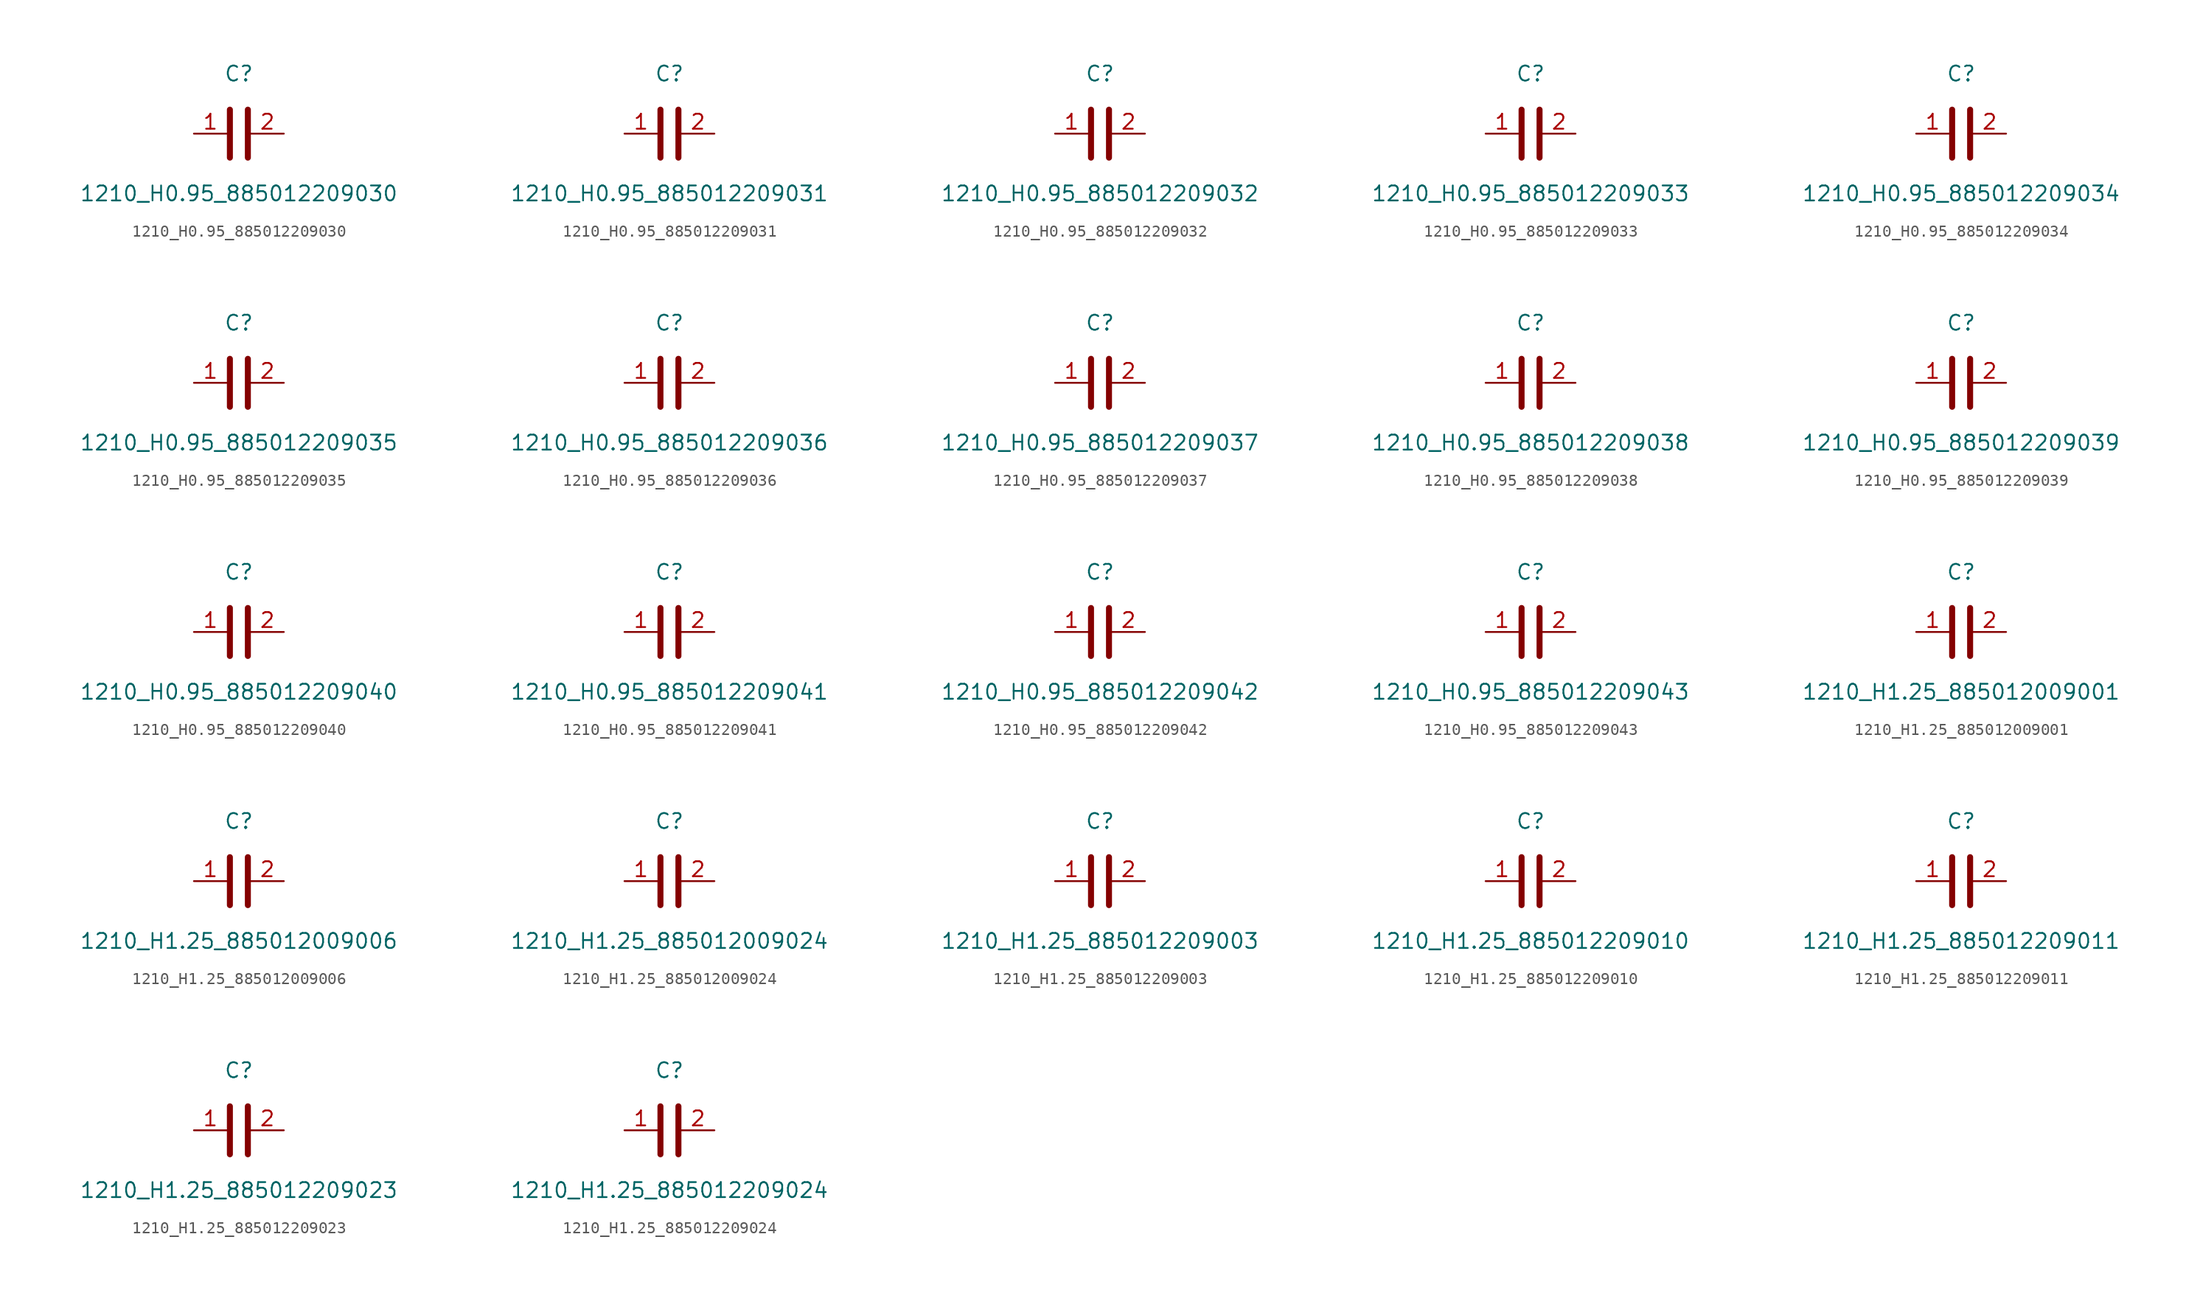
<source format=kicad_sym>
(kicad_symbol_lib
  (version 20220914)
  (generator kicad_symbol_editor)
  (symbol "1210_H0.95_885012209030"
    (pin_names hide)
    (property "Reference" "C"
      (at 0 5.08 0)
      (effects (font (size 1.27 1.27))))
    (property "Value" "1210_H0.95_885012209030"
      (at 0 -5.08 0)
      (effects (font (size 1.27 1.27))))
    (symbol "1210_H0.95_885012209030_0_1"
      (polyline (pts (xy -0.762 -2.032) (xy -0.762 2.032)) (stroke (width 0.508) (type default)) (fill (type none)))
      (polyline (pts (xy 0.762 -2.032) (xy 0.762 2.032)) (stroke (width 0.508) (type default)) (fill (type none))))
    (symbol "1210_H0.95_885012209030_1_1"
      (pin passive line (at -3.81 0 0) (length 2.794) (name "1" (effects (font (size 1.27 1.27)))) (number "1" (effects (font (size 1.27 1.27)))))
      (pin passive line (at 3.81 0 180) (length 2.794) (name "2" (effects (font (size 1.27 1.27)))) (number "2" (effects (font (size 1.27 1.27)))))))
  (symbol "1210_H0.95_885012209031"
    (pin_names hide)
    (property "Reference" "C"
      (at 0 5.08 0)
      (effects (font (size 1.27 1.27))))
    (property "Value" "1210_H0.95_885012209031"
      (at 0 -5.08 0)
      (effects (font (size 1.27 1.27))))
    (symbol "1210_H0.95_885012209031_0_1"
      (polyline (pts (xy -0.762 -2.032) (xy -0.762 2.032)) (stroke (width 0.508) (type default)) (fill (type none)))
      (polyline (pts (xy 0.762 -2.032) (xy 0.762 2.032)) (stroke (width 0.508) (type default)) (fill (type none))))
    (symbol "1210_H0.95_885012209031_1_1"
      (pin passive line (at -3.81 0 0) (length 2.794) (name "1" (effects (font (size 1.27 1.27)))) (number "1" (effects (font (size 1.27 1.27)))))
      (pin passive line (at 3.81 0 180) (length 2.794) (name "2" (effects (font (size 1.27 1.27)))) (number "2" (effects (font (size 1.27 1.27)))))))
  (symbol "1210_H0.95_885012209032"
    (pin_names hide)
    (property "Reference" "C"
      (at 0 5.08 0)
      (effects (font (size 1.27 1.27))))
    (property "Value" "1210_H0.95_885012209032"
      (at 0 -5.08 0)
      (effects (font (size 1.27 1.27))))
    (symbol "1210_H0.95_885012209032_0_1"
      (polyline (pts (xy -0.762 -2.032) (xy -0.762 2.032)) (stroke (width 0.508) (type default)) (fill (type none)))
      (polyline (pts (xy 0.762 -2.032) (xy 0.762 2.032)) (stroke (width 0.508) (type default)) (fill (type none))))
    (symbol "1210_H0.95_885012209032_1_1"
      (pin passive line (at -3.81 0 0) (length 2.794) (name "1" (effects (font (size 1.27 1.27)))) (number "1" (effects (font (size 1.27 1.27)))))
      (pin passive line (at 3.81 0 180) (length 2.794) (name "2" (effects (font (size 1.27 1.27)))) (number "2" (effects (font (size 1.27 1.27)))))))
  (symbol "1210_H0.95_885012209033"
    (pin_names hide)
    (property "Reference" "C"
      (at 0 5.08 0)
      (effects (font (size 1.27 1.27))))
    (property "Value" "1210_H0.95_885012209033"
      (at 0 -5.08 0)
      (effects (font (size 1.27 1.27))))
    (symbol "1210_H0.95_885012209033_0_1"
      (polyline (pts (xy -0.762 -2.032) (xy -0.762 2.032)) (stroke (width 0.508) (type default)) (fill (type none)))
      (polyline (pts (xy 0.762 -2.032) (xy 0.762 2.032)) (stroke (width 0.508) (type default)) (fill (type none))))
    (symbol "1210_H0.95_885012209033_1_1"
      (pin passive line (at -3.81 0 0) (length 2.794) (name "1" (effects (font (size 1.27 1.27)))) (number "1" (effects (font (size 1.27 1.27)))))
      (pin passive line (at 3.81 0 180) (length 2.794) (name "2" (effects (font (size 1.27 1.27)))) (number "2" (effects (font (size 1.27 1.27)))))))
  (symbol "1210_H0.95_885012209034"
    (pin_names hide)
    (property "Reference" "C"
      (at 0 5.08 0)
      (effects (font (size 1.27 1.27))))
    (property "Value" "1210_H0.95_885012209034"
      (at 0 -5.08 0)
      (effects (font (size 1.27 1.27))))
    (symbol "1210_H0.95_885012209034_0_1"
      (polyline (pts (xy -0.762 -2.032) (xy -0.762 2.032)) (stroke (width 0.508) (type default)) (fill (type none)))
      (polyline (pts (xy 0.762 -2.032) (xy 0.762 2.032)) (stroke (width 0.508) (type default)) (fill (type none))))
    (symbol "1210_H0.95_885012209034_1_1"
      (pin passive line (at -3.81 0 0) (length 2.794) (name "1" (effects (font (size 1.27 1.27)))) (number "1" (effects (font (size 1.27 1.27)))))
      (pin passive line (at 3.81 0 180) (length 2.794) (name "2" (effects (font (size 1.27 1.27)))) (number "2" (effects (font (size 1.27 1.27)))))))
  (symbol "1210_H0.95_885012209035"
    (pin_names hide)
    (property "Reference" "C"
      (at 0 5.08 0)
      (effects (font (size 1.27 1.27))))
    (property "Value" "1210_H0.95_885012209035"
      (at 0 -5.08 0)
      (effects (font (size 1.27 1.27))))
    (symbol "1210_H0.95_885012209035_0_1"
      (polyline (pts (xy -0.762 -2.032) (xy -0.762 2.032)) (stroke (width 0.508) (type default)) (fill (type none)))
      (polyline (pts (xy 0.762 -2.032) (xy 0.762 2.032)) (stroke (width 0.508) (type default)) (fill (type none))))
    (symbol "1210_H0.95_885012209035_1_1"
      (pin passive line (at -3.81 0 0) (length 2.794) (name "1" (effects (font (size 1.27 1.27)))) (number "1" (effects (font (size 1.27 1.27)))))
      (pin passive line (at 3.81 0 180) (length 2.794) (name "2" (effects (font (size 1.27 1.27)))) (number "2" (effects (font (size 1.27 1.27)))))))
  (symbol "1210_H0.95_885012209036"
    (pin_names hide)
    (property "Reference" "C"
      (at 0 5.08 0)
      (effects (font (size 1.27 1.27))))
    (property "Value" "1210_H0.95_885012209036"
      (at 0 -5.08 0)
      (effects (font (size 1.27 1.27))))
    (symbol "1210_H0.95_885012209036_0_1"
      (polyline (pts (xy -0.762 -2.032) (xy -0.762 2.032)) (stroke (width 0.508) (type default)) (fill (type none)))
      (polyline (pts (xy 0.762 -2.032) (xy 0.762 2.032)) (stroke (width 0.508) (type default)) (fill (type none))))
    (symbol "1210_H0.95_885012209036_1_1"
      (pin passive line (at -3.81 0 0) (length 2.794) (name "1" (effects (font (size 1.27 1.27)))) (number "1" (effects (font (size 1.27 1.27)))))
      (pin passive line (at 3.81 0 180) (length 2.794) (name "2" (effects (font (size 1.27 1.27)))) (number "2" (effects (font (size 1.27 1.27)))))))
  (symbol "1210_H0.95_885012209037"
    (pin_names hide)
    (property "Reference" "C"
      (at 0 5.08 0)
      (effects (font (size 1.27 1.27))))
    (property "Value" "1210_H0.95_885012209037"
      (at 0 -5.08 0)
      (effects (font (size 1.27 1.27))))
    (symbol "1210_H0.95_885012209037_0_1"
      (polyline (pts (xy -0.762 -2.032) (xy -0.762 2.032)) (stroke (width 0.508) (type default)) (fill (type none)))
      (polyline (pts (xy 0.762 -2.032) (xy 0.762 2.032)) (stroke (width 0.508) (type default)) (fill (type none))))
    (symbol "1210_H0.95_885012209037_1_1"
      (pin passive line (at -3.81 0 0) (length 2.794) (name "1" (effects (font (size 1.27 1.27)))) (number "1" (effects (font (size 1.27 1.27)))))
      (pin passive line (at 3.81 0 180) (length 2.794) (name "2" (effects (font (size 1.27 1.27)))) (number "2" (effects (font (size 1.27 1.27)))))))
  (symbol "1210_H0.95_885012209038"
    (pin_names hide)
    (property "Reference" "C"
      (at 0 5.08 0)
      (effects (font (size 1.27 1.27))))
    (property "Value" "1210_H0.95_885012209038"
      (at 0 -5.08 0)
      (effects (font (size 1.27 1.27))))
    (symbol "1210_H0.95_885012209038_0_1"
      (polyline (pts (xy -0.762 -2.032) (xy -0.762 2.032)) (stroke (width 0.508) (type default)) (fill (type none)))
      (polyline (pts (xy 0.762 -2.032) (xy 0.762 2.032)) (stroke (width 0.508) (type default)) (fill (type none))))
    (symbol "1210_H0.95_885012209038_1_1"
      (pin passive line (at -3.81 0 0) (length 2.794) (name "1" (effects (font (size 1.27 1.27)))) (number "1" (effects (font (size 1.27 1.27)))))
      (pin passive line (at 3.81 0 180) (length 2.794) (name "2" (effects (font (size 1.27 1.27)))) (number "2" (effects (font (size 1.27 1.27)))))))
  (symbol "1210_H0.95_885012209039"
    (pin_names hide)
    (property "Reference" "C"
      (at 0 5.08 0)
      (effects (font (size 1.27 1.27))))
    (property "Value" "1210_H0.95_885012209039"
      (at 0 -5.08 0)
      (effects (font (size 1.27 1.27))))
    (symbol "1210_H0.95_885012209039_0_1"
      (polyline (pts (xy -0.762 -2.032) (xy -0.762 2.032)) (stroke (width 0.508) (type default)) (fill (type none)))
      (polyline (pts (xy 0.762 -2.032) (xy 0.762 2.032)) (stroke (width 0.508) (type default)) (fill (type none))))
    (symbol "1210_H0.95_885012209039_1_1"
      (pin passive line (at -3.81 0 0) (length 2.794) (name "1" (effects (font (size 1.27 1.27)))) (number "1" (effects (font (size 1.27 1.27)))))
      (pin passive line (at 3.81 0 180) (length 2.794) (name "2" (effects (font (size 1.27 1.27)))) (number "2" (effects (font (size 1.27 1.27)))))))
  (symbol "1210_H0.95_885012209040"
    (pin_names hide)
    (property "Reference" "C"
      (at 0 5.08 0)
      (effects (font (size 1.27 1.27))))
    (property "Value" "1210_H0.95_885012209040"
      (at 0 -5.08 0)
      (effects (font (size 1.27 1.27))))
    (symbol "1210_H0.95_885012209040_0_1"
      (polyline (pts (xy -0.762 -2.032) (xy -0.762 2.032)) (stroke (width 0.508) (type default)) (fill (type none)))
      (polyline (pts (xy 0.762 -2.032) (xy 0.762 2.032)) (stroke (width 0.508) (type default)) (fill (type none))))
    (symbol "1210_H0.95_885012209040_1_1"
      (pin passive line (at -3.81 0 0) (length 2.794) (name "1" (effects (font (size 1.27 1.27)))) (number "1" (effects (font (size 1.27 1.27)))))
      (pin passive line (at 3.81 0 180) (length 2.794) (name "2" (effects (font (size 1.27 1.27)))) (number "2" (effects (font (size 1.27 1.27)))))))
  (symbol "1210_H0.95_885012209041"
    (pin_names hide)
    (property "Reference" "C"
      (at 0 5.08 0)
      (effects (font (size 1.27 1.27))))
    (property "Value" "1210_H0.95_885012209041"
      (at 0 -5.08 0)
      (effects (font (size 1.27 1.27))))
    (symbol "1210_H0.95_885012209041_0_1"
      (polyline (pts (xy -0.762 -2.032) (xy -0.762 2.032)) (stroke (width 0.508) (type default)) (fill (type none)))
      (polyline (pts (xy 0.762 -2.032) (xy 0.762 2.032)) (stroke (width 0.508) (type default)) (fill (type none))))
    (symbol "1210_H0.95_885012209041_1_1"
      (pin passive line (at -3.81 0 0) (length 2.794) (name "1" (effects (font (size 1.27 1.27)))) (number "1" (effects (font (size 1.27 1.27)))))
      (pin passive line (at 3.81 0 180) (length 2.794) (name "2" (effects (font (size 1.27 1.27)))) (number "2" (effects (font (size 1.27 1.27)))))))
  (symbol "1210_H0.95_885012209042"
    (pin_names hide)
    (property "Reference" "C"
      (at 0 5.08 0)
      (effects (font (size 1.27 1.27))))
    (property "Value" "1210_H0.95_885012209042"
      (at 0 -5.08 0)
      (effects (font (size 1.27 1.27))))
    (symbol "1210_H0.95_885012209042_0_1"
      (polyline (pts (xy -0.762 -2.032) (xy -0.762 2.032)) (stroke (width 0.508) (type default)) (fill (type none)))
      (polyline (pts (xy 0.762 -2.032) (xy 0.762 2.032)) (stroke (width 0.508) (type default)) (fill (type none))))
    (symbol "1210_H0.95_885012209042_1_1"
      (pin passive line (at -3.81 0 0) (length 2.794) (name "1" (effects (font (size 1.27 1.27)))) (number "1" (effects (font (size 1.27 1.27)))))
      (pin passive line (at 3.81 0 180) (length 2.794) (name "2" (effects (font (size 1.27 1.27)))) (number "2" (effects (font (size 1.27 1.27)))))))
  (symbol "1210_H0.95_885012209043"
    (pin_names hide)
    (property "Reference" "C"
      (at 0 5.08 0)
      (effects (font (size 1.27 1.27))))
    (property "Value" "1210_H0.95_885012209043"
      (at 0 -5.08 0)
      (effects (font (size 1.27 1.27))))
    (symbol "1210_H0.95_885012209043_0_1"
      (polyline (pts (xy -0.762 -2.032) (xy -0.762 2.032)) (stroke (width 0.508) (type default)) (fill (type none)))
      (polyline (pts (xy 0.762 -2.032) (xy 0.762 2.032)) (stroke (width 0.508) (type default)) (fill (type none))))
    (symbol "1210_H0.95_885012209043_1_1"
      (pin passive line (at -3.81 0 0) (length 2.794) (name "1" (effects (font (size 1.27 1.27)))) (number "1" (effects (font (size 1.27 1.27)))))
      (pin passive line (at 3.81 0 180) (length 2.794) (name "2" (effects (font (size 1.27 1.27)))) (number "2" (effects (font (size 1.27 1.27)))))))
  (symbol "1210_H1.25_885012009001"
    (pin_names hide)
    (property "Reference" "C"
      (at 0 5.08 0)
      (effects (font (size 1.27 1.27))))
    (property "Value" "1210_H1.25_885012009001"
      (at 0 -5.08 0)
      (effects (font (size 1.27 1.27))))
    (symbol "1210_H1.25_885012009001_0_1"
      (polyline (pts (xy -0.762 -2.032) (xy -0.762 2.032)) (stroke (width 0.508) (type default)) (fill (type none)))
      (polyline (pts (xy 0.762 -2.032) (xy 0.762 2.032)) (stroke (width 0.508) (type default)) (fill (type none))))
    (symbol "1210_H1.25_885012009001_1_1"
      (pin passive line (at -3.81 0 0) (length 2.794) (name "1" (effects (font (size 1.27 1.27)))) (number "1" (effects (font (size 1.27 1.27)))))
      (pin passive line (at 3.81 0 180) (length 2.794) (name "2" (effects (font (size 1.27 1.27)))) (number "2" (effects (font (size 1.27 1.27)))))))
  (symbol "1210_H1.25_885012009006"
    (pin_names hide)
    (property "Reference" "C"
      (at 0 5.08 0)
      (effects (font (size 1.27 1.27))))
    (property "Value" "1210_H1.25_885012009006"
      (at 0 -5.08 0)
      (effects (font (size 1.27 1.27))))
    (symbol "1210_H1.25_885012009006_0_1"
      (polyline (pts (xy -0.762 -2.032) (xy -0.762 2.032)) (stroke (width 0.508) (type default)) (fill (type none)))
      (polyline (pts (xy 0.762 -2.032) (xy 0.762 2.032)) (stroke (width 0.508) (type default)) (fill (type none))))
    (symbol "1210_H1.25_885012009006_1_1"
      (pin passive line (at -3.81 0 0) (length 2.794) (name "1" (effects (font (size 1.27 1.27)))) (number "1" (effects (font (size 1.27 1.27)))))
      (pin passive line (at 3.81 0 180) (length 2.794) (name "2" (effects (font (size 1.27 1.27)))) (number "2" (effects (font (size 1.27 1.27)))))))
  (symbol "1210_H1.25_885012009024"
    (pin_names hide)
    (property "Reference" "C"
      (at 0 5.08 0)
      (effects (font (size 1.27 1.27))))
    (property "Value" "1210_H1.25_885012009024"
      (at 0 -5.08 0)
      (effects (font (size 1.27 1.27))))
    (symbol "1210_H1.25_885012009024_0_1"
      (polyline (pts (xy -0.762 -2.032) (xy -0.762 2.032)) (stroke (width 0.508) (type default)) (fill (type none)))
      (polyline (pts (xy 0.762 -2.032) (xy 0.762 2.032)) (stroke (width 0.508) (type default)) (fill (type none))))
    (symbol "1210_H1.25_885012009024_1_1"
      (pin passive line (at -3.81 0 0) (length 2.794) (name "1" (effects (font (size 1.27 1.27)))) (number "1" (effects (font (size 1.27 1.27)))))
      (pin passive line (at 3.81 0 180) (length 2.794) (name "2" (effects (font (size 1.27 1.27)))) (number "2" (effects (font (size 1.27 1.27)))))))
  (symbol "1210_H1.25_885012209003"
    (pin_names hide)
    (property "Reference" "C"
      (at 0 5.08 0)
      (effects (font (size 1.27 1.27))))
    (property "Value" "1210_H1.25_885012209003"
      (at 0 -5.08 0)
      (effects (font (size 1.27 1.27))))
    (symbol "1210_H1.25_885012209003_0_1"
      (polyline (pts (xy -0.762 -2.032) (xy -0.762 2.032)) (stroke (width 0.508) (type default)) (fill (type none)))
      (polyline (pts (xy 0.762 -2.032) (xy 0.762 2.032)) (stroke (width 0.508) (type default)) (fill (type none))))
    (symbol "1210_H1.25_885012209003_1_1"
      (pin passive line (at -3.81 0 0) (length 2.794) (name "1" (effects (font (size 1.27 1.27)))) (number "1" (effects (font (size 1.27 1.27)))))
      (pin passive line (at 3.81 0 180) (length 2.794) (name "2" (effects (font (size 1.27 1.27)))) (number "2" (effects (font (size 1.27 1.27)))))))
  (symbol "1210_H1.25_885012209010"
    (pin_names hide)
    (property "Reference" "C"
      (at 0 5.08 0)
      (effects (font (size 1.27 1.27))))
    (property "Value" "1210_H1.25_885012209010"
      (at 0 -5.08 0)
      (effects (font (size 1.27 1.27))))
    (symbol "1210_H1.25_885012209010_0_1"
      (polyline (pts (xy -0.762 -2.032) (xy -0.762 2.032)) (stroke (width 0.508) (type default)) (fill (type none)))
      (polyline (pts (xy 0.762 -2.032) (xy 0.762 2.032)) (stroke (width 0.508) (type default)) (fill (type none))))
    (symbol "1210_H1.25_885012209010_1_1"
      (pin passive line (at -3.81 0 0) (length 2.794) (name "1" (effects (font (size 1.27 1.27)))) (number "1" (effects (font (size 1.27 1.27)))))
      (pin passive line (at 3.81 0 180) (length 2.794) (name "2" (effects (font (size 1.27 1.27)))) (number "2" (effects (font (size 1.27 1.27)))))))
  (symbol "1210_H1.25_885012209011"
    (pin_names hide)
    (property "Reference" "C"
      (at 0 5.08 0)
      (effects (font (size 1.27 1.27))))
    (property "Value" "1210_H1.25_885012209011"
      (at 0 -5.08 0)
      (effects (font (size 1.27 1.27))))
    (symbol "1210_H1.25_885012209011_0_1"
      (polyline (pts (xy -0.762 -2.032) (xy -0.762 2.032)) (stroke (width 0.508) (type default)) (fill (type none)))
      (polyline (pts (xy 0.762 -2.032) (xy 0.762 2.032)) (stroke (width 0.508) (type default)) (fill (type none))))
    (symbol "1210_H1.25_885012209011_1_1"
      (pin passive line (at -3.81 0 0) (length 2.794) (name "1" (effects (font (size 1.27 1.27)))) (number "1" (effects (font (size 1.27 1.27)))))
      (pin passive line (at 3.81 0 180) (length 2.794) (name "2" (effects (font (size 1.27 1.27)))) (number "2" (effects (font (size 1.27 1.27)))))))
  (symbol "1210_H1.25_885012209023"
    (pin_names hide)
    (property "Reference" "C"
      (at 0 5.08 0)
      (effects (font (size 1.27 1.27))))
    (property "Value" "1210_H1.25_885012209023"
      (at 0 -5.08 0)
      (effects (font (size 1.27 1.27))))
    (symbol "1210_H1.25_885012209023_0_1"
      (polyline (pts (xy -0.762 -2.032) (xy -0.762 2.032)) (stroke (width 0.508) (type default)) (fill (type none)))
      (polyline (pts (xy 0.762 -2.032) (xy 0.762 2.032)) (stroke (width 0.508) (type default)) (fill (type none))))
    (symbol "1210_H1.25_885012209023_1_1"
      (pin passive line (at -3.81 0 0) (length 2.794) (name "1" (effects (font (size 1.27 1.27)))) (number "1" (effects (font (size 1.27 1.27)))))
      (pin passive line (at 3.81 0 180) (length 2.794) (name "2" (effects (font (size 1.27 1.27)))) (number "2" (effects (font (size 1.27 1.27)))))))
  (symbol "1210_H1.25_885012209024"
    (pin_names hide)
    (property "Reference" "C"
      (at 0 5.08 0)
      (effects (font (size 1.27 1.27))))
    (property "Value" "1210_H1.25_885012209024"
      (at 0 -5.08 0)
      (effects (font (size 1.27 1.27))))
    (symbol "1210_H1.25_885012209024_0_1"
      (polyline (pts (xy -0.762 -2.032) (xy -0.762 2.032)) (stroke (width 0.508) (type default)) (fill (type none)))
      (polyline (pts (xy 0.762 -2.032) (xy 0.762 2.032)) (stroke (width 0.508) (type default)) (fill (type none))))
    (symbol "1210_H1.25_885012209024_1_1"
      (pin passive line (at -3.81 0 0) (length 2.794) (name "1" (effects (font (size 1.27 1.27)))) (number "1" (effects (font (size 1.27 1.27)))))
      (pin passive line (at 3.81 0 180) (length 2.794) (name "2" (effects (font (size 1.27 1.27)))) (number "2" (effects (font (size 1.27 1.27))))))))
</source>
